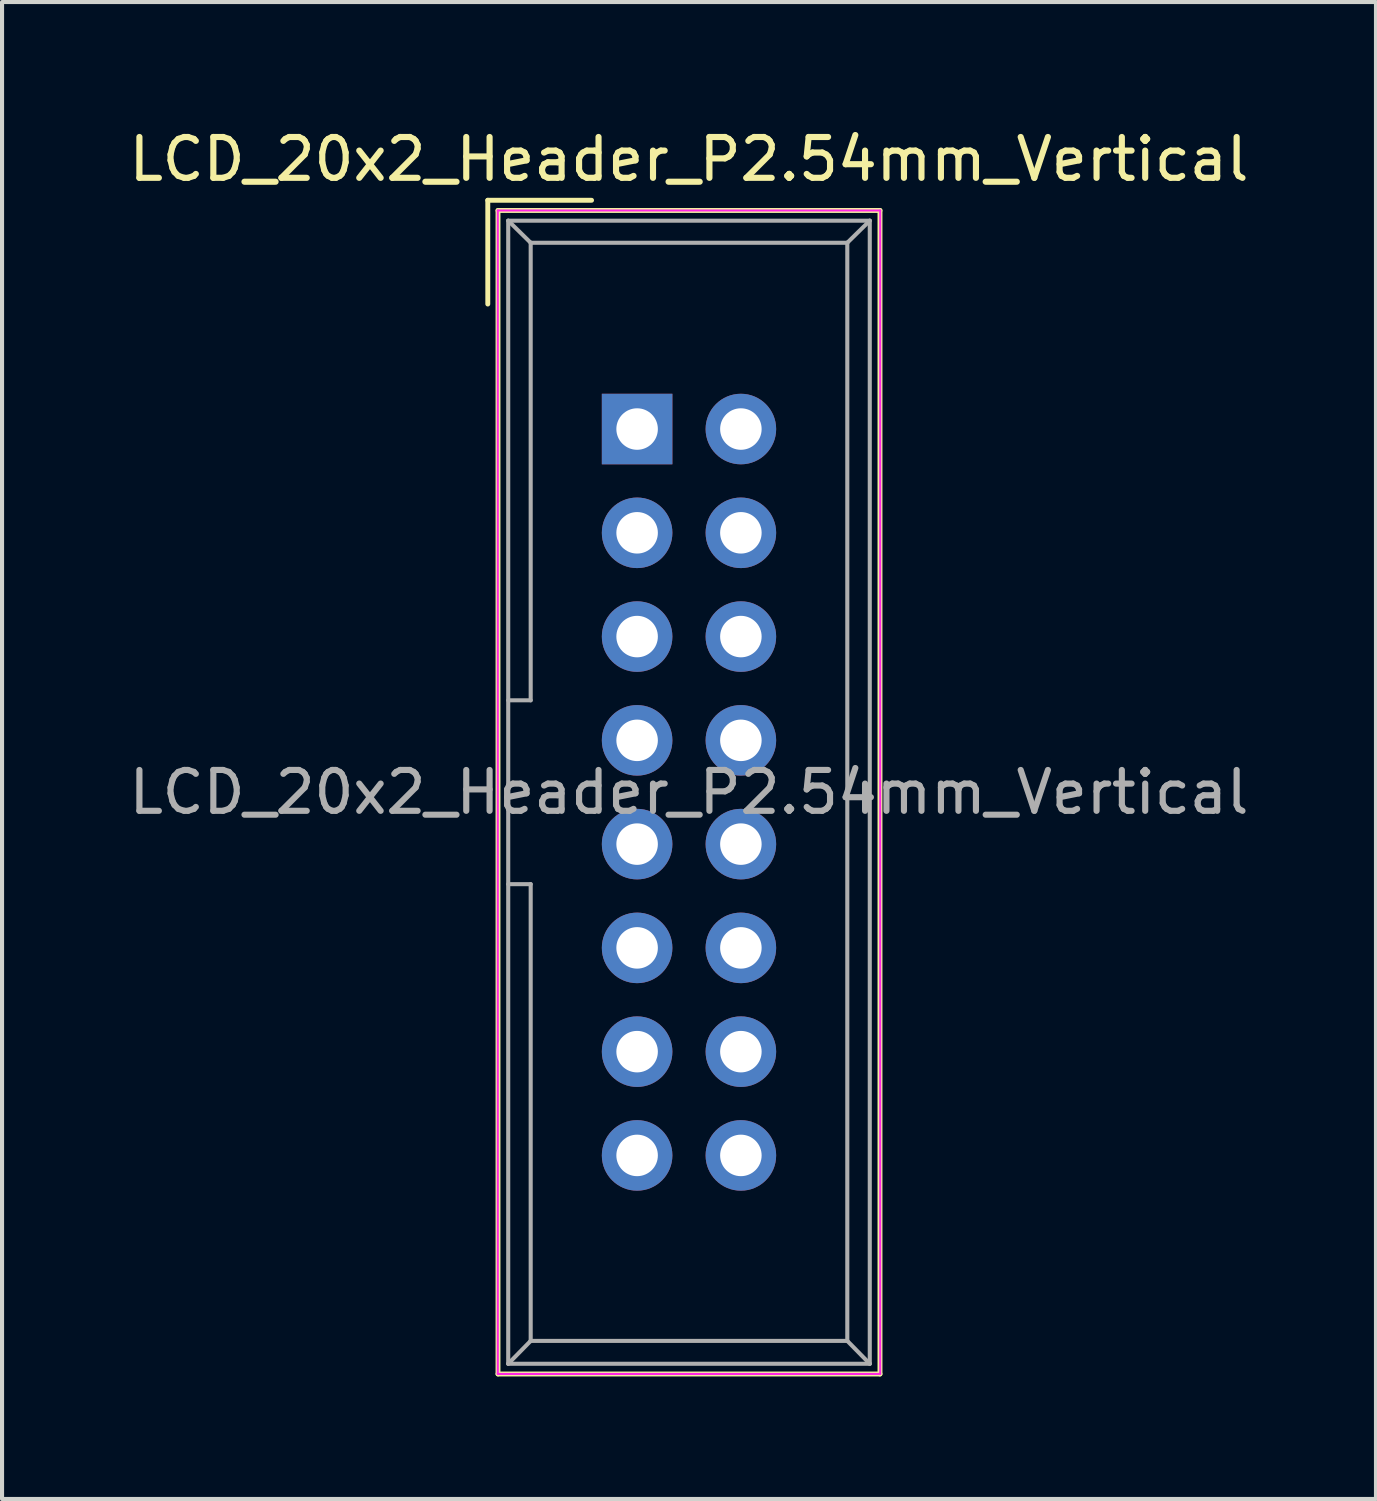
<source format=kicad_pcb>
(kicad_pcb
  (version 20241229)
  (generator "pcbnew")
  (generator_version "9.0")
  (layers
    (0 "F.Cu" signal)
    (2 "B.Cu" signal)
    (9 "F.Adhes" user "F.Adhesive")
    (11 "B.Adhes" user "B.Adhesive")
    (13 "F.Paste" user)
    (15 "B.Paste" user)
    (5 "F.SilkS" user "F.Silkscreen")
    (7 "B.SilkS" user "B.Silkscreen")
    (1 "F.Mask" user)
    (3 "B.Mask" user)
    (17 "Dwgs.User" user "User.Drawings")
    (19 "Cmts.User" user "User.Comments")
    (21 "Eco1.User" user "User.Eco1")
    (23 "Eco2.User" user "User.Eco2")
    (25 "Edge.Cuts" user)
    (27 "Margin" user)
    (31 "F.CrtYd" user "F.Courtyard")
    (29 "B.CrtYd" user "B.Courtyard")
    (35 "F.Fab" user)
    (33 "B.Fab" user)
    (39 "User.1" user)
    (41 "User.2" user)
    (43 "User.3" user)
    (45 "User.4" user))
  (footprint "LCD_20x2_Header_P2.54mm_Vertical"
    (layer "F.Cu")
    (at 12.545 7.452)
    (property "Reference" "LCD_20x2_Header_P2.54mm_Vertical" (at 1.27 -6.604 0) (layer "F.SilkS") (effects (font (size 1 1) (thickness 0.15))))
    (attr through_hole)
    (fp_line (start -3.655 -5.6) (end -3.655 -3.06) (stroke (width 0.12) (type solid)) (layer "F.SilkS"))
    (fp_line (start -3.655 -5.6) (end -1.115 -5.6) (stroke (width 0.12) (type solid)) (layer "F.SilkS"))
    (fp_line (start -3.405 -5.35) (end 5.945 -5.35) (stroke (width 0.12) (type solid)) (layer "F.SilkS"))
    (fp_line (start -3.405 23.13) (end -3.405 -5.35) (stroke (width 0.12) (type solid)) (layer "F.SilkS"))
    (fp_line (start 5.945 -5.35) (end 5.945 23.13) (stroke (width 0.12) (type solid)) (layer "F.SilkS"))
    (fp_line (start 5.945 23.13) (end -3.405 23.13) (stroke (width 0.12) (type solid)) (layer "F.SilkS"))
    (fp_line (start -3.41 -5.35) (end 5.95 -5.35) (stroke (width 0.05) (type solid)) (layer "F.CrtYd"))
    (fp_line (start -3.41 23.13) (end -3.41 -5.35) (stroke (width 0.05) (type solid)) (layer "F.CrtYd"))
    (fp_line (start 5.95 -5.35) (end 5.95 23.13) (stroke (width 0.05) (type solid)) (layer "F.CrtYd"))
    (fp_line (start 5.95 23.13) (end -3.41 23.13) (stroke (width 0.05) (type solid)) (layer "F.CrtYd"))
    (fp_line (start -3.155 -5.1) (end -3.155 22.88) (stroke (width 0.1) (type solid)) (layer "F.Fab"))
    (fp_line (start -3.155 -5.1) (end -2.605 -4.56) (stroke (width 0.1) (type solid)) (layer "F.Fab"))
    (fp_line (start -3.155 22.88) (end -2.605 22.32) (stroke (width 0.1) (type solid)) (layer "F.Fab"))
    (fp_line (start -2.605 -4.56) (end -2.605 6.64) (stroke (width 0.1) (type solid)) (layer "F.Fab"))
    (fp_line (start -2.605 6.64) (end -3.155 6.64) (stroke (width 0.1) (type solid)) (layer "F.Fab"))
    (fp_line (start -2.605 11.14) (end -3.155 11.14) (stroke (width 0.1) (type solid)) (layer "F.Fab"))
    (fp_line (start -2.605 11.14) (end -2.605 22.32) (stroke (width 0.1) (type solid)) (layer "F.Fab"))
    (fp_line (start 5.145 -4.56) (end -2.605 -4.56) (stroke (width 0.1) (type solid)) (layer "F.Fab"))
    (fp_line (start 5.145 -4.56) (end 5.145 22.32) (stroke (width 0.1) (type solid)) (layer "F.Fab"))
    (fp_line (start 5.145 22.32) (end -2.605 22.32) (stroke (width 0.1) (type solid)) (layer "F.Fab"))
    (fp_line (start 5.695 -5.1) (end -3.155 -5.1) (stroke (width 0.1) (type solid)) (layer "F.Fab"))
    (fp_line (start 5.695 -5.1) (end 5.145 -4.56) (stroke (width 0.1) (type solid)) (layer "F.Fab"))
    (fp_line (start 5.695 -5.1) (end 5.695 22.88) (stroke (width 0.1) (type solid)) (layer "F.Fab"))
    (fp_line (start 5.695 22.88) (end -3.155 22.88) (stroke (width 0.1) (type solid)) (layer "F.Fab"))
    (fp_line (start 5.695 22.88) (end 5.145 22.32) (stroke (width 0.1) (type solid)) (layer "F.Fab"))
    (fp_text user "${REFERENCE}" (at 1.27 8.89 0) (layer "F.Fab") (effects (font (size 1 1) (thickness 0.15))))
    (pad "1" thru_hole rect (at 0 0) (size 1.727 1.727) (drill 1.016) (layers "*.Cu" "*.Mask"))
    (pad "2" thru_hole oval (at 2.54 0) (size 1.727 1.727) (drill 1.016) (layers "*.Cu" "*.Mask"))
    (pad "3" thru_hole oval (at 0 2.54) (size 1.727 1.727) (drill 1.016) (layers "*.Cu" "*.Mask"))
    (pad "4" thru_hole oval (at 2.54 2.54) (size 1.727 1.727) (drill 1.016) (layers "*.Cu" "*.Mask"))
    (pad "5" thru_hole oval (at 0 5.08) (size 1.727 1.727) (drill 1.016) (layers "*.Cu" "*.Mask"))
    (pad "6" thru_hole oval (at 2.54 5.08) (size 1.727 1.727) (drill 1.016) (layers "*.Cu" "*.Mask"))
    (pad "7" thru_hole oval (at 0 7.62) (size 1.727 1.727) (drill 1.016) (layers "*.Cu" "*.Mask"))
    (pad "8" thru_hole oval (at 2.54 7.62) (size 1.727 1.727) (drill 1.016) (layers "*.Cu" "*.Mask"))
    (pad "9" thru_hole oval (at 0 10.16) (size 1.727 1.727) (drill 1.016) (layers "*.Cu" "*.Mask"))
    (pad "10" thru_hole oval (at 2.54 10.16) (size 1.727 1.727) (drill 1.016) (layers "*.Cu" "*.Mask"))
    (pad "11" thru_hole oval (at 0 12.7) (size 1.727 1.727) (drill 1.016) (layers "*.Cu" "*.Mask"))
    (pad "12" thru_hole oval (at 2.54 12.7) (size 1.727 1.727) (drill 1.016) (layers "*.Cu" "*.Mask"))
    (pad "13" thru_hole oval (at 0 15.24) (size 1.727 1.727) (drill 1.016) (layers "*.Cu" "*.Mask"))
    (pad "14" thru_hole oval (at 2.54 15.24) (size 1.727 1.727) (drill 1.016) (layers "*.Cu" "*.Mask"))
    (pad "15" thru_hole oval (at 0 17.78) (size 1.727 1.727) (drill 1.016) (layers "*.Cu" "*.Mask"))
    (pad "16" thru_hole oval (at 2.54 17.78) (size 1.727 1.727) (drill 1.016) (layers "*.Cu" "*.Mask")))
  (gr_rect
    (start -3 -3)
    (end 30.631 33.642)
    (stroke (width 0.1) (type default))
    (fill no)
    (layer "Edge.Cuts")))
</source>
